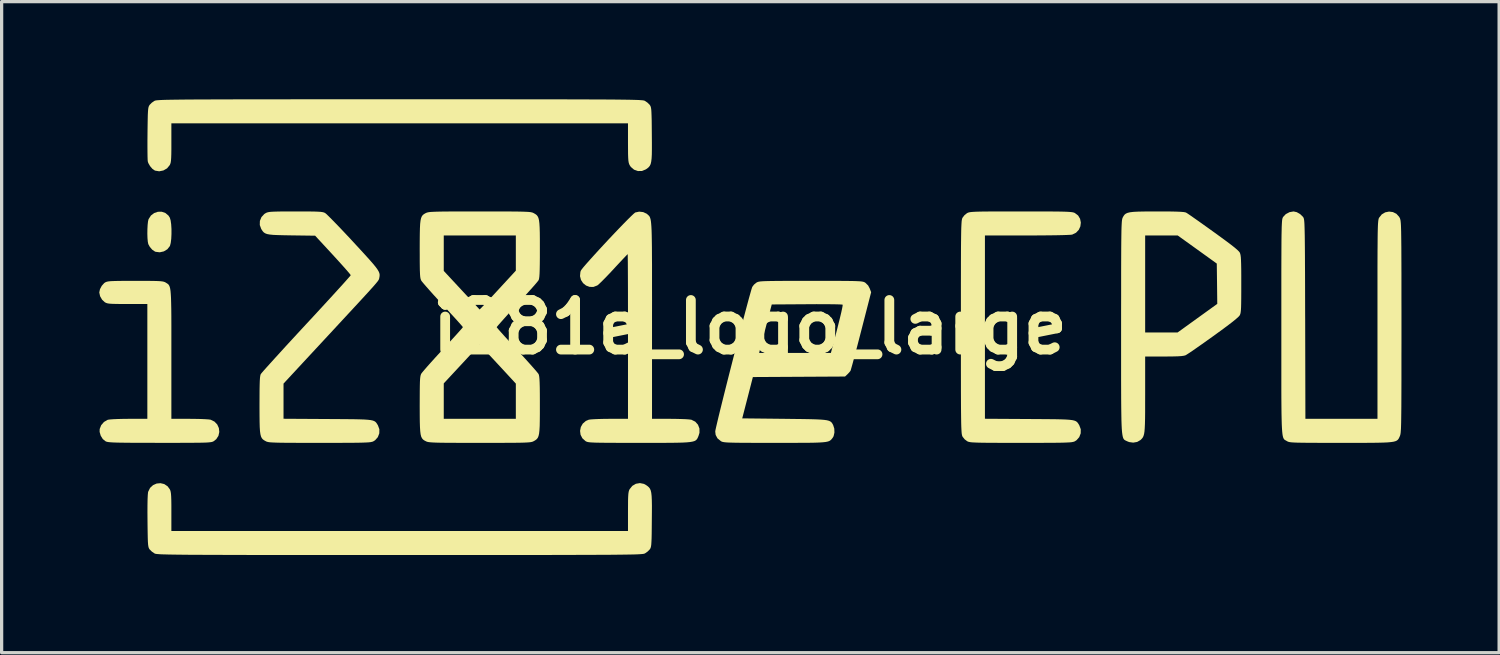
<source format=kicad_pcb>
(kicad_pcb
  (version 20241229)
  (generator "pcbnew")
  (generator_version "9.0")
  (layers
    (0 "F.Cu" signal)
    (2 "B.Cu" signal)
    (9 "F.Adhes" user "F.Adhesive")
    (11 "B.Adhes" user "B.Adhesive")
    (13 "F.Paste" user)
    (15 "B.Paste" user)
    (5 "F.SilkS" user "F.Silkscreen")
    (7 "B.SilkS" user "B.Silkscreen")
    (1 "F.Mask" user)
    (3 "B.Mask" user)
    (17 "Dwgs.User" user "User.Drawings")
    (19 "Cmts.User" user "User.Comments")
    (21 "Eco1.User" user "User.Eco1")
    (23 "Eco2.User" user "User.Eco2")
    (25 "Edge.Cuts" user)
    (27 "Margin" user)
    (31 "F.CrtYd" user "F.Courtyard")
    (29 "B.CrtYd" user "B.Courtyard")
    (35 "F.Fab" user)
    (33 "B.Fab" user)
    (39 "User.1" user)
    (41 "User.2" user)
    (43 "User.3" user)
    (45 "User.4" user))
  (footprint "i281e_logo_large"
    (layer "F.Cu")
    (at 19.986 6.999)
    (property "Reference" "i281e_logo_large" (at 0 0 0) (layer "F.SilkS") (effects (font (size 1.524 1.524) (thickness 0.3))))
    (attr board_only exclude_from_pos_files exclude_from_bom)
    (fp_poly (pts (xy -17.955 -3.506) (xy -17.862 -3.428) (xy -17.82 -3.363) (xy -17.795 -3.28) (xy -17.778 -3.159) (xy -17.769 -3.014) (xy -17.769 -2.86) (xy -17.776 -2.712) (xy -17.792 -2.586) (xy -17.815 -2.497) (xy -17.82 -2.488) (xy -17.896 -2.392) (xy -18.004 -2.327) (xy -18.129 -2.299) (xy -18.254 -2.314) (xy -18.278 -2.323) (xy -18.359 -2.378) (xy -18.434 -2.465) (xy -18.481 -2.551) (xy -18.496 -2.625) (xy -18.506 -2.736) (xy -18.51 -2.87) (xy -18.508 -3.01) (xy -18.501 -3.142) (xy -18.489 -3.25) (xy -18.473 -3.316) (xy -18.4 -3.429) (xy -18.3 -3.505) (xy -18.186 -3.544) (xy -18.067 -3.545)) (stroke (width 0) (type solid)) (fill yes) (layer "F.SilkS"))
    (fp_poly (pts (xy -18.64 -1.421) (xy -18.45 -1.421) (xy -18.302 -1.419) (xy -18.19 -1.416) (xy -18.107 -1.411) (xy -18.047 -1.404) (xy -18.004 -1.395) (xy -17.971 -1.383) (xy -17.943 -1.368) (xy -17.941 -1.366) (xy -17.91 -1.347) (xy -17.883 -1.329) (xy -17.859 -1.307) (xy -17.84 -1.278) (xy -17.823 -1.238) (xy -17.809 -1.184) (xy -17.798 -1.111) (xy -17.79 -1.016) (xy -17.783 -0.895) (xy -17.779 -0.744) (xy -17.775 -0.56) (xy -17.773 -0.339) (xy -17.772 -0.077) (xy -17.772 0.23) (xy -17.772 0.585) (xy -17.772 0.847) (xy -17.772 2.816) (xy -17.218 2.816) (xy -17.043 2.818) (xy -16.881 2.821) (xy -16.741 2.827) (xy -16.635 2.834) (xy -16.572 2.842) (xy -16.567 2.843) (xy -16.448 2.901) (xy -16.363 2.99) (xy -16.313 3.1) (xy -16.3 3.22) (xy -16.326 3.337) (xy -16.393 3.441) (xy -16.468 3.501) (xy -16.488 3.512) (xy -16.512 3.522) (xy -16.544 3.53) (xy -16.589 3.536) (xy -16.65 3.542) (xy -16.732 3.546) (xy -16.841 3.549) (xy -16.979 3.551) (xy -17.151 3.552) (xy -17.363 3.553) (xy -17.618 3.554) (xy -17.92 3.554) (xy -18.127 3.554) (xy -18.463 3.553) (xy -18.749 3.553) (xy -18.989 3.552) (xy -19.187 3.55) (xy -19.348 3.548) (xy -19.476 3.545) (xy -19.576 3.541) (xy -19.651 3.536) (xy -19.707 3.53) (xy -19.747 3.523) (xy -19.776 3.514) (xy -19.792 3.507) (xy -19.878 3.438) (xy -19.942 3.335) (xy -19.976 3.218) (xy -19.974 3.129) (xy -19.928 3.012) (xy -19.843 2.913) (xy -19.736 2.85) (xy -19.718 2.844) (xy -19.66 2.836) (xy -19.557 2.828) (xy -19.421 2.822) (xy -19.26 2.818) (xy -19.085 2.816) (xy -19.064 2.816) (xy -18.51 2.816) (xy -18.51 -0.711) (xy -19.118 -0.711) (xy -19.318 -0.711) (xy -19.471 -0.713) (xy -19.584 -0.716) (xy -19.666 -0.721) (xy -19.725 -0.729) (xy -19.767 -0.741) (xy -19.802 -0.757) (xy -19.817 -0.766) (xy -19.901 -0.844) (xy -19.962 -0.951) (xy -19.986 -1.064) (xy -19.986 -1.068) (xy -19.965 -1.167) (xy -19.911 -1.269) (xy -19.837 -1.352) (xy -19.811 -1.37) (xy -19.784 -1.385) (xy -19.75 -1.396) (xy -19.705 -1.405) (xy -19.641 -1.412) (xy -19.553 -1.416) (xy -19.434 -1.419) (xy -19.278 -1.421) (xy -19.078 -1.421) (xy -18.879 -1.422)) (stroke (width 0) (type solid)) (fill yes) (layer "F.SilkS"))
    (fp_poly (pts (xy -3.255 4.815) (xy -3.196 4.847) (xy -3.145 4.883) (xy -3.104 4.919) (xy -3.072 4.961) (xy -3.048 5.016) (xy -3.031 5.09) (xy -3.02 5.189) (xy -3.014 5.318) (xy -3.011 5.484) (xy -3.012 5.694) (xy -3.014 5.924) (xy -3.016 6.159) (xy -3.018 6.346) (xy -3.021 6.49) (xy -3.026 6.599) (xy -3.031 6.678) (xy -3.039 6.734) (xy -3.049 6.773) (xy -3.061 6.802) (xy -3.077 6.826) (xy -3.078 6.827) (xy -3.143 6.893) (xy -3.223 6.949) (xy -3.228 6.951) (xy -3.24 6.956) (xy -3.256 6.961) (xy -3.279 6.965) (xy -3.31 6.969) (xy -3.352 6.972) (xy -3.406 6.976) (xy -3.474 6.979) (xy -3.558 6.982) (xy -3.661 6.984) (xy -3.784 6.986) (xy -3.929 6.988) (xy -4.097 6.99) (xy -4.292 6.992) (xy -4.514 6.993) (xy -4.766 6.994) (xy -5.05 6.995) (xy -5.367 6.996) (xy -5.72 6.997) (xy -6.11 6.998) (xy -6.54 6.998) (xy -7.011 6.998) (xy -7.525 6.999) (xy -8.085 6.999) (xy -8.691 6.999) (xy -9.347 6.999) (xy -10.053 6.999) (xy -10.759 6.999) (xy -11.514 6.999) (xy -12.217 6.999) (xy -12.869 6.999) (xy -13.473 6.999) (xy -14.029 6.999) (xy -14.54 6.998) (xy -15.008 6.998) (xy -15.435 6.998) (xy -15.823 6.997) (xy -16.173 6.996) (xy -16.488 6.995) (xy -16.769 6.994) (xy -17.019 6.993) (xy -17.24 6.992) (xy -17.433 6.99) (xy -17.6 6.988) (xy -17.743 6.986) (xy -17.864 6.984) (xy -17.965 6.981) (xy -18.049 6.979) (xy -18.116 6.976) (xy -18.169 6.972) (xy -18.21 6.969) (xy -18.241 6.965) (xy -18.263 6.961) (xy -18.279 6.956) (xy -18.289 6.951) (xy -18.369 6.897) (xy -18.436 6.831) (xy -18.44 6.827) (xy -18.456 6.802) (xy -18.469 6.773) (xy -18.479 6.733) (xy -18.487 6.676) (xy -18.493 6.595) (xy -18.497 6.484) (xy -18.5 6.337) (xy -18.503 6.147) (xy -18.505 5.952) (xy -18.507 5.693) (xy -18.506 5.472) (xy -18.503 5.294) (xy -18.497 5.161) (xy -18.489 5.077) (xy -18.485 5.057) (xy -18.426 4.937) (xy -18.335 4.853) (xy -18.225 4.804) (xy -18.107 4.793) (xy -17.991 4.82) (xy -17.889 4.888) (xy -17.822 4.978) (xy -17.805 5.014) (xy -17.793 5.059) (xy -17.784 5.119) (xy -17.778 5.203) (xy -17.774 5.318) (xy -17.772 5.472) (xy -17.772 5.666) (xy -17.772 6.261) (xy -3.746 6.261) (xy -3.746 5.666) (xy -3.745 5.466) (xy -3.744 5.313) (xy -3.74 5.199) (xy -3.734 5.117) (xy -3.725 5.057) (xy -3.712 5.013) (xy -3.696 4.978) (xy -3.613 4.875) (xy -3.503 4.811) (xy -3.38 4.79)) (stroke (width 0) (type solid)) (fill yes) (layer "F.SilkS"))
    (fp_poly (pts (xy -10.003 -6.999) (xy -9.3 -6.999) (xy -8.648 -6.999) (xy -8.045 -6.999) (xy -7.489 -6.999) (xy -6.978 -6.998) (xy -6.51 -6.998) (xy -6.083 -6.998) (xy -5.695 -6.997) (xy -5.345 -6.996) (xy -5.03 -6.995) (xy -4.748 -6.994) (xy -4.498 -6.993) (xy -4.278 -6.992) (xy -4.085 -6.99) (xy -3.918 -6.988) (xy -3.775 -6.986) (xy -3.653 -6.984) (xy -3.552 -6.981) (xy -3.469 -6.979) (xy -3.401 -6.976) (xy -3.348 -6.972) (xy -3.307 -6.969) (xy -3.277 -6.965) (xy -3.255 -6.961) (xy -3.239 -6.956) (xy -3.228 -6.951) (xy -3.148 -6.897) (xy -3.081 -6.831) (xy -3.078 -6.827) (xy -3.062 -6.802) (xy -3.049 -6.774) (xy -3.039 -6.735) (xy -3.031 -6.679) (xy -3.026 -6.6) (xy -3.022 -6.492) (xy -3.018 -6.349) (xy -3.016 -6.163) (xy -3.014 -5.929) (xy -3.014 -5.924) (xy -3.012 -5.671) (xy -3.012 -5.466) (xy -3.014 -5.304) (xy -3.021 -5.178) (xy -3.033 -5.082) (xy -3.05 -5.01) (xy -3.075 -4.957) (xy -3.108 -4.915) (xy -3.15 -4.879) (xy -3.196 -4.847) (xy -3.316 -4.797) (xy -3.441 -4.795) (xy -3.56 -4.837) (xy -3.658 -4.921) (xy -3.696 -4.978) (xy -3.712 -5.014) (xy -3.725 -5.059) (xy -3.734 -5.119) (xy -3.74 -5.203) (xy -3.744 -5.318) (xy -3.745 -5.472) (xy -3.746 -5.666) (xy -3.746 -6.261) (xy -17.772 -6.261) (xy -17.772 -5.666) (xy -17.772 -5.466) (xy -17.774 -5.313) (xy -17.778 -5.199) (xy -17.784 -5.117) (xy -17.793 -5.057) (xy -17.806 -5.013) (xy -17.822 -4.978) (xy -17.904 -4.878) (xy -18.017 -4.813) (xy -18.145 -4.787) (xy -18.272 -4.808) (xy -18.28 -4.811) (xy -18.355 -4.863) (xy -18.427 -4.947) (xy -18.481 -5.041) (xy -18.497 -5.093) (xy -18.501 -5.143) (xy -18.504 -5.239) (xy -18.506 -5.375) (xy -18.507 -5.541) (xy -18.507 -5.73) (xy -18.505 -5.935) (xy -18.505 -5.965) (xy -18.502 -6.194) (xy -18.499 -6.374) (xy -18.496 -6.513) (xy -18.491 -6.616) (xy -18.485 -6.691) (xy -18.477 -6.743) (xy -18.466 -6.78) (xy -18.452 -6.808) (xy -18.44 -6.827) (xy -18.375 -6.893) (xy -18.295 -6.949) (xy -18.289 -6.951) (xy -18.278 -6.956) (xy -18.262 -6.961) (xy -18.239 -6.965) (xy -18.208 -6.969) (xy -18.166 -6.972) (xy -18.112 -6.976) (xy -18.044 -6.979) (xy -17.959 -6.982) (xy -17.856 -6.984) (xy -17.734 -6.986) (xy -17.589 -6.988) (xy -17.42 -6.99) (xy -17.226 -6.992) (xy -17.003 -6.993) (xy -16.751 -6.994) (xy -16.468 -6.995) (xy -16.15 -6.996) (xy -15.797 -6.997) (xy -15.407 -6.998) (xy -14.977 -6.998) (xy -14.506 -6.998) (xy -13.992 -6.999) (xy -13.433 -6.999) (xy -12.826 -6.999) (xy -12.171 -6.999) (xy -11.465 -6.999) (xy -10.759 -6.999)) (stroke (width 0) (type solid)) (fill yes) (layer "F.SilkS"))
    (fp_poly (pts (xy -3.279 -3.534) (xy -3.173 -3.485) (xy -3.152 -3.468) (xy -3.13 -3.448) (xy -3.11 -3.43) (xy -3.092 -3.41) (xy -3.077 -3.385) (xy -3.064 -3.352) (xy -3.052 -3.309) (xy -3.042 -3.252) (xy -3.034 -3.178) (xy -3.027 -3.084) (xy -3.021 -2.966) (xy -3.017 -2.823) (xy -3.014 -2.651) (xy -3.011 -2.446) (xy -3.01 -2.206) (xy -3.008 -1.927) (xy -3.008 -1.607) (xy -3.008 -1.243) (xy -3.007 -0.831) (xy -3.008 -0.368) (xy -3.008 -0.206) (xy -3.008 2.816) (xy -2.454 2.816) (xy -2.278 2.818) (xy -2.115 2.822) (xy -1.975 2.827) (xy -1.868 2.835) (xy -1.804 2.843) (xy -1.799 2.844) (xy -1.68 2.903) (xy -1.596 2.997) (xy -1.551 3.114) (xy -1.55 3.246) (xy -1.58 3.342) (xy -1.598 3.385) (xy -1.616 3.422) (xy -1.638 3.453) (xy -1.667 3.479) (xy -1.708 3.5) (xy -1.765 3.516) (xy -1.842 3.529) (xy -1.944 3.539) (xy -2.074 3.546) (xy -2.237 3.55) (xy -2.436 3.553) (xy -2.677 3.554) (xy -2.963 3.554) (xy -3.299 3.554) (xy -3.394 3.554) (xy -3.727 3.554) (xy -4.01 3.554) (xy -4.246 3.553) (xy -4.441 3.552) (xy -4.599 3.55) (xy -4.725 3.548) (xy -4.822 3.544) (xy -4.895 3.54) (xy -4.949 3.534) (xy -4.988 3.527) (xy -5.016 3.518) (xy -5.038 3.508) (xy -5.05 3.501) (xy -5.147 3.414) (xy -5.203 3.305) (xy -5.218 3.186) (xy -5.195 3.068) (xy -5.135 2.963) (xy -5.04 2.881) (xy -4.95 2.843) (xy -4.893 2.835) (xy -4.792 2.828) (xy -4.656 2.822) (xy -4.496 2.818) (xy -4.322 2.816) (xy -4.299 2.816) (xy -3.746 2.816) (xy -3.746 0.287) (xy -3.746 -0.08) (xy -3.746 -0.43) (xy -3.747 -0.761) (xy -3.747 -1.069) (xy -3.748 -1.349) (xy -3.749 -1.598) (xy -3.75 -1.812) (xy -3.751 -1.987) (xy -3.753 -2.119) (xy -3.754 -2.205) (xy -3.755 -2.241) (xy -3.756 -2.242) (xy -3.776 -2.223) (xy -3.828 -2.169) (xy -3.907 -2.086) (xy -4.006 -1.98) (xy -4.121 -1.857) (xy -4.185 -1.787) (xy -4.311 -1.652) (xy -4.429 -1.529) (xy -4.534 -1.423) (xy -4.617 -1.342) (xy -4.674 -1.292) (xy -4.688 -1.281) (xy -4.808 -1.235) (xy -4.926 -1.237) (xy -5.034 -1.278) (xy -5.125 -1.351) (xy -5.19 -1.45) (xy -5.22 -1.567) (xy -5.208 -1.695) (xy -5.196 -1.732) (xy -5.17 -1.772) (xy -5.111 -1.846) (xy -5.023 -1.948) (xy -4.911 -2.074) (xy -4.781 -2.218) (xy -4.638 -2.375) (xy -4.485 -2.54) (xy -4.329 -2.708) (xy -4.173 -2.873) (xy -4.023 -3.03) (xy -3.884 -3.174) (xy -3.76 -3.3) (xy -3.656 -3.403) (xy -3.578 -3.477) (xy -3.529 -3.518) (xy -3.52 -3.523) (xy -3.402 -3.548)) (stroke (width 0) (type solid)) (fill yes) (layer "F.SilkS"))
    (fp_poly (pts (xy 8.659 -3.554) (xy 8.942 -3.554) (xy 9.179 -3.553) (xy 9.375 -3.552) (xy 9.534 -3.55) (xy 9.661 -3.547) (xy 9.759 -3.543) (xy 9.833 -3.538) (xy 9.888 -3.532) (xy 9.928 -3.525) (xy 9.958 -3.516) (xy 9.98 -3.506) (xy 10.08 -3.43) (xy 10.141 -3.328) (xy 10.164 -3.213) (xy 10.15 -3.096) (xy 10.1 -2.988) (xy 10.016 -2.9) (xy 9.899 -2.843) (xy 9.849 -2.837) (xy 9.749 -2.832) (xy 9.603 -2.827) (xy 9.416 -2.823) (xy 9.192 -2.82) (xy 8.935 -2.818) (xy 8.649 -2.816) (xy 8.51 -2.816) (xy 7.218 -2.816) (xy 7.218 2.814) (xy 8.566 2.822) (xy 8.883 2.824) (xy 9.149 2.826) (xy 9.371 2.828) (xy 9.551 2.832) (xy 9.696 2.837) (xy 9.809 2.845) (xy 9.896 2.855) (xy 9.96 2.869) (xy 10.007 2.887) (xy 10.042 2.91) (xy 10.068 2.938) (xy 10.091 2.972) (xy 10.115 3.012) (xy 10.117 3.016) (xy 10.162 3.136) (xy 10.16 3.262) (xy 10.115 3.379) (xy 10.032 3.473) (xy 9.98 3.506) (xy 9.956 3.517) (xy 9.925 3.525) (xy 9.884 3.533) (xy 9.827 3.539) (xy 9.751 3.543) (xy 9.65 3.547) (xy 9.521 3.55) (xy 9.358 3.552) (xy 9.159 3.553) (xy 8.917 3.554) (xy 8.629 3.554) (xy 8.325 3.554) (xy 7.992 3.554) (xy 7.71 3.554) (xy 7.473 3.553) (xy 7.278 3.552) (xy 7.12 3.55) (xy 6.994 3.547) (xy 6.897 3.543) (xy 6.823 3.539) (xy 6.769 3.533) (xy 6.729 3.525) (xy 6.7 3.517) (xy 6.677 3.506) (xy 6.673 3.504) (xy 6.595 3.445) (xy 6.533 3.367) (xy 6.53 3.361) (xy 6.522 3.345) (xy 6.516 3.325) (xy 6.51 3.298) (xy 6.504 3.26) (xy 6.5 3.209) (xy 6.496 3.142) (xy 6.492 3.056) (xy 6.489 2.948) (xy 6.487 2.815) (xy 6.485 2.654) (xy 6.483 2.462) (xy 6.482 2.235) (xy 6.481 1.973) (xy 6.481 1.67) (xy 6.48 1.324) (xy 6.48 0.933) (xy 6.48 0.493) (xy 6.48 0.001) (xy 6.48 0) (xy 6.48 -0.492) (xy 6.48 -0.932) (xy 6.48 -1.324) (xy 6.481 -1.669) (xy 6.481 -1.972) (xy 6.482 -2.235) (xy 6.483 -2.461) (xy 6.485 -2.653) (xy 6.487 -2.815) (xy 6.489 -2.948) (xy 6.492 -3.056) (xy 6.496 -3.142) (xy 6.5 -3.209) (xy 6.504 -3.26) (xy 6.51 -3.298) (xy 6.516 -3.325) (xy 6.522 -3.345) (xy 6.53 -3.361) (xy 6.53 -3.361) (xy 6.59 -3.439) (xy 6.667 -3.501) (xy 6.673 -3.504) (xy 6.696 -3.515) (xy 6.723 -3.524) (xy 6.761 -3.532) (xy 6.813 -3.538) (xy 6.883 -3.543) (xy 6.976 -3.547) (xy 7.096 -3.55) (xy 7.249 -3.552) (xy 7.437 -3.553) (xy 7.666 -3.554) (xy 7.94 -3.554) (xy 8.264 -3.554) (xy 8.325 -3.554)) (stroke (width 0) (type solid)) (fill yes) (layer "F.SilkS"))
    (fp_poly (pts (xy 12.759 -3.554) (xy 12.959 -3.552) (xy 13.115 -3.548) (xy 13.232 -3.543) (xy 13.316 -3.536) (xy 13.371 -3.527) (xy 13.399 -3.517) (xy 13.438 -3.493) (xy 13.515 -3.441) (xy 13.625 -3.364) (xy 13.762 -3.268) (xy 13.921 -3.155) (xy 14.096 -3.03) (xy 14.238 -2.928) (xy 14.459 -2.768) (xy 14.639 -2.636) (xy 14.781 -2.529) (xy 14.889 -2.444) (xy 14.967 -2.377) (xy 15.018 -2.327) (xy 15.046 -2.291) (xy 15.049 -2.284) (xy 15.061 -2.251) (xy 15.071 -2.206) (xy 15.079 -2.143) (xy 15.084 -2.055) (xy 15.088 -1.938) (xy 15.091 -1.784) (xy 15.092 -1.588) (xy 15.092 -1.343) (xy 15.092 -1.321) (xy 15.092 -1.077) (xy 15.091 -0.88) (xy 15.089 -0.727) (xy 15.086 -0.609) (xy 15.081 -0.522) (xy 15.074 -0.459) (xy 15.065 -0.413) (xy 15.053 -0.38) (xy 15.045 -0.363) (xy 15.008 -0.32) (xy 14.931 -0.251) (xy 14.813 -0.155) (xy 14.652 -0.032) (xy 14.447 0.119) (xy 14.231 0.276) (xy 14.047 0.407) (xy 13.874 0.53) (xy 13.718 0.639) (xy 13.584 0.732) (xy 13.478 0.803) (xy 13.406 0.849) (xy 13.378 0.865) (xy 13.329 0.878) (xy 13.252 0.889) (xy 13.141 0.896) (xy 12.99 0.9) (xy 12.792 0.902) (xy 12.715 0.902) (xy 12.14 0.902) (xy 12.14 2.065) (xy 12.139 2.362) (xy 12.139 2.609) (xy 12.137 2.811) (xy 12.133 2.974) (xy 12.127 3.103) (xy 12.119 3.203) (xy 12.107 3.28) (xy 12.091 3.337) (xy 12.072 3.381) (xy 12.047 3.416) (xy 12.017 3.448) (xy 11.994 3.469) (xy 11.895 3.526) (xy 11.773 3.547) (xy 11.648 3.53) (xy 11.593 3.508) (xy 11.564 3.495) (xy 11.539 3.483) (xy 11.517 3.471) (xy 11.497 3.456) (xy 11.479 3.434) (xy 11.464 3.402) (xy 11.451 3.358) (xy 11.44 3.299) (xy 11.43 3.222) (xy 11.422 3.123) (xy 11.416 3.001) (xy 11.411 2.853) (xy 11.408 2.674) (xy 11.405 2.463) (xy 11.403 2.217) (xy 11.402 1.932) (xy 11.401 1.607) (xy 11.401 1.237) (xy 11.401 0.82) (xy 11.401 0.354) (xy 11.401 0.164) (xy 12.14 0.164) (xy 12.638 0.163) (xy 13.137 0.163) (xy 13.746 -0.276) (xy 14.355 -0.715) (xy 14.348 -1.334) (xy 14.34 -1.953) (xy 13.74 -2.385) (xy 13.14 -2.816) (xy 12.14 -2.816) (xy 12.14 0.164) (xy 11.401 0.164) (xy 11.401 0) (xy 11.401 -0.493) (xy 11.402 -0.934) (xy 11.402 -1.326) (xy 11.402 -1.672) (xy 11.403 -1.976) (xy 11.404 -2.239) (xy 11.405 -2.466) (xy 11.407 -2.659) (xy 11.409 -2.82) (xy 11.411 -2.954) (xy 11.414 -3.062) (xy 11.418 -3.149) (xy 11.422 -3.216) (xy 11.426 -3.267) (xy 11.432 -3.305) (xy 11.438 -3.332) (xy 11.444 -3.352) (xy 11.449 -3.363) (xy 11.477 -3.414) (xy 11.507 -3.455) (xy 11.547 -3.487) (xy 11.601 -3.511) (xy 11.676 -3.529) (xy 11.777 -3.541) (xy 11.911 -3.548) (xy 12.083 -3.552) (xy 12.299 -3.554) (xy 12.509 -3.554)) (stroke (width 0) (type solid)) (fill yes) (layer "F.SilkS"))
    (fp_poly (pts (xy 2.204 -1.422) (xy 2.487 -1.421) (xy 2.725 -1.421) (xy 2.922 -1.42) (xy 3.081 -1.418) (xy 3.207 -1.416) (xy 3.306 -1.412) (xy 3.38 -1.408) (xy 3.434 -1.402) (xy 3.474 -1.395) (xy 3.503 -1.386) (xy 3.525 -1.376) (xy 3.542 -1.366) (xy 3.63 -1.281) (xy 3.678 -1.191) (xy 3.723 -1.073) (xy 3.418 0.112) (xy 3.354 0.359) (xy 3.294 0.59) (xy 3.238 0.8) (xy 3.19 0.983) (xy 3.149 1.135) (xy 3.117 1.248) (xy 3.097 1.318) (xy 3.09 1.339) (xy 3.055 1.385) (xy 3 1.443) (xy 2.994 1.449) (xy 2.921 1.517) (xy 0.09 1.533) (xy -0.073 2.167) (xy -0.237 2.802) (xy 1.05 2.816) (xy 1.364 2.82) (xy 1.628 2.823) (xy 1.847 2.827) (xy 2.025 2.832) (xy 2.167 2.839) (xy 2.278 2.848) (xy 2.362 2.86) (xy 2.424 2.876) (xy 2.468 2.896) (xy 2.5 2.92) (xy 2.524 2.95) (xy 2.545 2.986) (xy 2.556 3.007) (xy 2.591 3.117) (xy 2.595 3.239) (xy 2.57 3.349) (xy 2.54 3.401) (xy 2.515 3.432) (xy 2.492 3.459) (xy 2.464 3.482) (xy 2.43 3.501) (xy 2.383 3.516) (xy 2.32 3.528) (xy 2.236 3.537) (xy 2.127 3.544) (xy 1.989 3.549) (xy 1.817 3.552) (xy 1.608 3.553) (xy 1.356 3.554) (xy 1.057 3.554) (xy 0.76 3.554) (xy 0.427 3.554) (xy 0.145 3.554) (xy -0.092 3.553) (xy -0.287 3.552) (xy -0.445 3.55) (xy -0.57 3.547) (xy -0.668 3.544) (xy -0.741 3.539) (xy -0.795 3.533) (xy -0.833 3.526) (xy -0.861 3.518) (xy -0.883 3.507) (xy -0.892 3.502) (xy -0.997 3.416) (xy -1.053 3.312) (xy -1.066 3.208) (xy -1.06 3.165) (xy -1.04 3.074) (xy -1.009 2.94) (xy -0.968 2.767) (xy -0.918 2.562) (xy -0.86 2.328) (xy -0.796 2.071) (xy -0.727 1.796) (xy -0.654 1.507) (xy -0.578 1.209) (xy -0.501 0.908) (xy -0.472 0.793) (xy 0.282 0.793) (xy 2.486 0.793) (xy 2.514 0.689) (xy 2.587 0.414) (xy 2.654 0.159) (xy 2.712 -0.071) (xy 2.762 -0.272) (xy 2.802 -0.439) (xy 2.83 -0.567) (xy 2.846 -0.652) (xy 2.848 -0.689) (xy 2.848 -0.69) (xy 2.816 -0.695) (xy 2.737 -0.699) (xy 2.614 -0.702) (xy 2.455 -0.704) (xy 2.265 -0.705) (xy 2.05 -0.706) (xy 1.816 -0.705) (xy 1.748 -0.704) (xy 0.67 -0.697) (xy 0.605 -0.451) (xy 0.576 -0.342) (xy 0.538 -0.194) (xy 0.493 -0.022) (xy 0.446 0.159) (xy 0.411 0.294) (xy 0.282 0.793) (xy -0.472 0.793) (xy -0.424 0.608) (xy -0.348 0.314) (xy -0.274 0.032) (xy -0.205 -0.235) (xy -0.14 -0.481) (xy -0.081 -0.701) (xy -0.03 -0.89) (xy 0.013 -1.043) (xy 0.045 -1.156) (xy 0.067 -1.224) (xy 0.073 -1.238) (xy 0.124 -1.306) (xy 0.195 -1.365) (xy 0.2 -1.368) (xy 0.22 -1.379) (xy 0.244 -1.389) (xy 0.276 -1.397) (xy 0.32 -1.404) (xy 0.382 -1.409) (xy 0.464 -1.413) (xy 0.572 -1.416) (xy 0.71 -1.418) (xy 0.882 -1.42) (xy 1.093 -1.421) (xy 1.347 -1.421) (xy 1.649 -1.422) (xy 1.87 -1.422)) (stroke (width 0) (type solid)) (fill yes) (layer "F.SilkS"))
    (fp_poly (pts (xy 16.797 -3.532) (xy 16.899 -3.474) (xy 16.983 -3.393) (xy 16.998 -3.372) (xy 17.006 -3.358) (xy 17.012 -3.34) (xy 17.019 -3.313) (xy 17.024 -3.275) (xy 17.029 -3.223) (xy 17.033 -3.154) (xy 17.036 -3.064) (xy 17.039 -2.951) (xy 17.042 -2.812) (xy 17.044 -2.644) (xy 17.046 -2.443) (xy 17.048 -2.206) (xy 17.049 -1.931) (xy 17.051 -1.615) (xy 17.052 -1.253) (xy 17.053 -0.845) (xy 17.054 -0.385) (xy 17.055 -0.24) (xy 17.062 2.816) (xy 19.276 2.816) (xy 19.276 -0.226) (xy 19.276 -0.7) (xy 19.276 -1.122) (xy 19.276 -1.496) (xy 19.276 -1.824) (xy 19.277 -2.11) (xy 19.278 -2.356) (xy 19.28 -2.566) (xy 19.281 -2.744) (xy 19.283 -2.891) (xy 19.286 -3.011) (xy 19.289 -3.107) (xy 19.293 -3.183) (xy 19.298 -3.241) (xy 19.303 -3.284) (xy 19.309 -3.315) (xy 19.315 -3.338) (xy 19.323 -3.356) (xy 19.326 -3.361) (xy 19.407 -3.463) (xy 19.513 -3.526) (xy 19.631 -3.55) (xy 19.75 -3.535) (xy 19.857 -3.482) (xy 19.941 -3.39) (xy 19.962 -3.351) (xy 19.97 -3.333) (xy 19.976 -3.31) (xy 19.983 -3.281) (xy 19.988 -3.242) (xy 19.993 -3.19) (xy 19.997 -3.122) (xy 20 -3.036) (xy 20.003 -2.928) (xy 20.005 -2.794) (xy 20.007 -2.634) (xy 20.009 -2.442) (xy 20.01 -2.217) (xy 20.011 -1.954) (xy 20.012 -1.652) (xy 20.012 -1.308) (xy 20.012 -0.917) (xy 20.013 -0.478) (xy 20.013 0) (xy 20.013 0.49) (xy 20.012 0.928) (xy 20.012 1.317) (xy 20.012 1.661) (xy 20.011 1.961) (xy 20.01 2.223) (xy 20.009 2.447) (xy 20.007 2.638) (xy 20.005 2.798) (xy 20.003 2.931) (xy 20 3.038) (xy 19.997 3.124) (xy 19.992 3.191) (xy 19.988 3.243) (xy 19.982 3.282) (xy 19.976 3.311) (xy 19.969 3.333) (xy 19.962 3.351) (xy 19.943 3.393) (xy 19.925 3.428) (xy 19.903 3.457) (xy 19.873 3.482) (xy 19.831 3.502) (xy 19.773 3.518) (xy 19.694 3.53) (xy 19.59 3.54) (xy 19.458 3.546) (xy 19.292 3.55) (xy 19.089 3.553) (xy 18.845 3.554) (xy 18.555 3.554) (xy 18.216 3.554) (xy 18.15 3.554) (xy 17.818 3.554) (xy 17.535 3.554) (xy 17.299 3.553) (xy 17.104 3.552) (xy 16.945 3.55) (xy 16.82 3.548) (xy 16.723 3.544) (xy 16.65 3.54) (xy 16.596 3.534) (xy 16.557 3.527) (xy 16.529 3.518) (xy 16.507 3.508) (xy 16.495 3.501) (xy 16.47 3.486) (xy 16.447 3.474) (xy 16.426 3.461) (xy 16.408 3.444) (xy 16.393 3.421) (xy 16.379 3.388) (xy 16.367 3.342) (xy 16.357 3.281) (xy 16.349 3.203) (xy 16.342 3.102) (xy 16.336 2.978) (xy 16.332 2.828) (xy 16.328 2.647) (xy 16.326 2.433) (xy 16.324 2.185) (xy 16.323 1.897) (xy 16.323 1.568) (xy 16.323 1.195) (xy 16.323 0.775) (xy 16.323 0.305) (xy 16.323 -0.005) (xy 16.323 -0.498) (xy 16.323 -0.939) (xy 16.323 -1.331) (xy 16.323 -1.678) (xy 16.324 -1.981) (xy 16.325 -2.245) (xy 16.326 -2.472) (xy 16.327 -2.664) (xy 16.329 -2.826) (xy 16.332 -2.96) (xy 16.334 -3.068) (xy 16.338 -3.155) (xy 16.342 -3.222) (xy 16.346 -3.273) (xy 16.351 -3.311) (xy 16.357 -3.338) (xy 16.364 -3.358) (xy 16.372 -3.374) (xy 16.378 -3.385) (xy 16.46 -3.472) (xy 16.574 -3.532) (xy 16.698 -3.554)) (stroke (width 0) (type solid)) (fill yes) (layer "F.SilkS"))
    (fp_poly (pts (xy -13.721 -3.554) (xy -13.532 -3.553) (xy -13.385 -3.551) (xy -13.274 -3.547) (xy -13.192 -3.542) (xy -13.133 -3.534) (xy -13.091 -3.524) (xy -13.06 -3.511) (xy -13.051 -3.507) (xy -13.014 -3.477) (xy -12.945 -3.411) (xy -12.847 -3.313) (xy -12.726 -3.189) (xy -12.585 -3.043) (xy -12.43 -2.879) (xy -12.263 -2.701) (xy -12.184 -2.615) (xy -11.985 -2.4) (xy -11.821 -2.221) (xy -11.688 -2.074) (xy -11.583 -1.954) (xy -11.503 -1.857) (xy -11.445 -1.778) (xy -11.407 -1.715) (xy -11.384 -1.662) (xy -11.375 -1.615) (xy -11.376 -1.57) (xy -11.384 -1.522) (xy -11.387 -1.504) (xy -11.391 -1.489) (xy -11.395 -1.475) (xy -11.402 -1.458) (xy -11.414 -1.438) (xy -11.433 -1.41) (xy -11.463 -1.373) (xy -11.504 -1.324) (xy -11.559 -1.26) (xy -11.631 -1.18) (xy -11.721 -1.08) (xy -11.832 -0.959) (xy -11.966 -0.813) (xy -12.125 -0.641) (xy -12.312 -0.439) (xy -12.528 -0.206) (xy -12.776 0.062) (xy -13.058 0.366) (xy -13.174 0.491) (xy -14.327 1.734) (xy -14.327 2.814) (xy -12.979 2.822) (xy -12.662 2.824) (xy -12.396 2.826) (xy -12.174 2.828) (xy -11.994 2.832) (xy -11.849 2.837) (xy -11.736 2.845) (xy -11.649 2.855) (xy -11.585 2.869) (xy -11.538 2.887) (xy -11.503 2.91) (xy -11.477 2.938) (xy -11.454 2.972) (xy -11.43 3.012) (xy -11.427 3.016) (xy -11.383 3.136) (xy -11.385 3.262) (xy -11.43 3.379) (xy -11.513 3.473) (xy -11.565 3.506) (xy -11.589 3.517) (xy -11.62 3.525) (xy -11.661 3.533) (xy -11.718 3.539) (xy -11.794 3.543) (xy -11.895 3.547) (xy -12.024 3.55) (xy -12.186 3.552) (xy -12.386 3.553) (xy -12.628 3.554) (xy -12.916 3.554) (xy -13.22 3.554) (xy -13.553 3.554) (xy -13.835 3.554) (xy -14.072 3.553) (xy -14.267 3.552) (xy -14.425 3.55) (xy -14.55 3.547) (xy -14.648 3.543) (xy -14.722 3.539) (xy -14.776 3.533) (xy -14.816 3.525) (xy -14.845 3.517) (xy -14.868 3.506) (xy -14.872 3.504) (xy -14.922 3.476) (xy -14.963 3.446) (xy -14.995 3.408) (xy -15.019 3.357) (xy -15.037 3.287) (xy -15.05 3.192) (xy -15.058 3.066) (xy -15.062 2.905) (xy -15.064 2.701) (xy -15.065 2.45) (xy -15.065 2.393) (xy -15.064 2.138) (xy -15.063 1.933) (xy -15.06 1.772) (xy -15.056 1.649) (xy -15.05 1.559) (xy -15.042 1.497) (xy -15.032 1.457) (xy -15.026 1.444) (xy -15.002 1.412) (xy -14.943 1.343) (xy -14.853 1.242) (xy -14.734 1.11) (xy -14.591 0.952) (xy -14.425 0.77) (xy -14.241 0.568) (xy -14.04 0.35) (xy -13.826 0.118) (xy -13.625 -0.099) (xy -13.403 -0.338) (xy -13.193 -0.566) (xy -12.997 -0.779) (xy -12.817 -0.975) (xy -12.658 -1.15) (xy -12.521 -1.3) (xy -12.411 -1.423) (xy -12.329 -1.516) (xy -12.278 -1.574) (xy -12.263 -1.596) (xy -12.28 -1.622) (xy -12.331 -1.684) (xy -12.41 -1.775) (xy -12.512 -1.89) (xy -12.633 -2.024) (xy -12.768 -2.172) (xy -12.809 -2.217) (xy -13.356 -2.809) (xy -14.082 -2.819) (xy -14.315 -2.823) (xy -14.5 -2.828) (xy -14.643 -2.834) (xy -14.752 -2.845) (xy -14.832 -2.86) (xy -14.89 -2.882) (xy -14.934 -2.911) (xy -14.969 -2.95) (xy -15.001 -2.999) (xy -15.012 -3.016) (xy -15.056 -3.137) (xy -15.053 -3.263) (xy -15.005 -3.38) (xy -14.918 -3.475) (xy -14.872 -3.504) (xy -14.841 -3.519) (xy -14.803 -3.53) (xy -14.753 -3.539) (xy -14.682 -3.545) (xy -14.586 -3.549) (xy -14.458 -3.552) (xy -14.291 -3.554) (xy -14.079 -3.554) (xy -13.958 -3.554)) (stroke (width 0) (type solid)) (fill yes) (layer "F.SilkS"))
    (fp_poly (pts (xy -7.965 -3.554) (xy -7.683 -3.554) (xy -7.446 -3.553) (xy -7.251 -3.552) (xy -7.093 -3.55) (xy -6.967 -3.547) (xy -6.87 -3.543) (xy -6.796 -3.539) (xy -6.741 -3.533) (xy -6.702 -3.525) (xy -6.673 -3.517) (xy -6.649 -3.506) (xy -6.646 -3.504) (xy -6.596 -3.476) (xy -6.555 -3.446) (xy -6.523 -3.408) (xy -6.498 -3.357) (xy -6.48 -3.287) (xy -6.468 -3.192) (xy -6.46 -3.066) (xy -6.455 -2.905) (xy -6.453 -2.701) (xy -6.453 -2.45) (xy -6.453 -2.393) (xy -6.453 -2.138) (xy -6.455 -1.933) (xy -6.458 -1.772) (xy -6.462 -1.649) (xy -6.468 -1.559) (xy -6.476 -1.497) (xy -6.486 -1.457) (xy -6.491 -1.444) (xy -6.519 -1.406) (xy -6.579 -1.334) (xy -6.667 -1.233) (xy -6.779 -1.108) (xy -6.909 -0.964) (xy -7.053 -0.806) (xy -7.154 -0.696) (xy -7.303 -0.535) (xy -7.439 -0.387) (xy -7.557 -0.256) (xy -7.655 -0.146) (xy -7.727 -0.064) (xy -7.769 -0.013) (xy -7.779 0.001) (xy -7.761 0.026) (xy -7.71 0.086) (xy -7.63 0.176) (xy -7.526 0.292) (xy -7.402 0.428) (xy -7.262 0.581) (xy -7.155 0.696) (xy -7.004 0.86) (xy -6.864 1.013) (xy -6.74 1.151) (xy -6.635 1.269) (xy -6.556 1.361) (xy -6.506 1.422) (xy -6.492 1.443) (xy -6.481 1.474) (xy -6.472 1.525) (xy -6.465 1.599) (xy -6.46 1.704) (xy -6.456 1.844) (xy -6.454 2.024) (xy -6.453 2.251) (xy -6.453 2.393) (xy -6.453 2.655) (xy -6.455 2.867) (xy -6.458 3.037) (xy -6.466 3.169) (xy -6.477 3.27) (xy -6.494 3.344) (xy -6.517 3.399) (xy -6.548 3.439) (xy -6.587 3.47) (xy -6.635 3.499) (xy -6.646 3.504) (xy -6.668 3.515) (xy -6.696 3.524) (xy -6.734 3.532) (xy -6.785 3.538) (xy -6.855 3.543) (xy -6.948 3.547) (xy -7.069 3.55) (xy -7.221 3.552) (xy -7.41 3.553) (xy -7.639 3.554) (xy -7.913 3.554) (xy -8.237 3.554) (xy -8.298 3.554) (xy -8.631 3.554) (xy -8.914 3.554) (xy -9.152 3.553) (xy -9.348 3.552) (xy -9.507 3.55) (xy -9.633 3.547) (xy -9.732 3.543) (xy -9.806 3.538) (xy -9.861 3.532) (xy -9.901 3.525) (xy -9.931 3.516) (xy -9.952 3.506) (xy -10.002 3.48) (xy -10.042 3.451) (xy -10.073 3.413) (xy -10.098 3.362) (xy -10.116 3.291) (xy -10.128 3.194) (xy -10.136 3.067) (xy -10.141 2.903) (xy -10.142 2.816) (xy -9.405 2.816) (xy -7.191 2.816) (xy -7.191 1.734) (xy -7.644 1.243) (xy -7.777 1.1) (xy -7.903 0.964) (xy -8.016 0.843) (xy -8.109 0.743) (xy -8.176 0.673) (xy -8.201 0.647) (xy -8.303 0.542) (xy -9.405 1.728) (xy -9.405 2.816) (xy -10.142 2.816) (xy -10.143 2.697) (xy -10.144 2.443) (xy -10.144 2.392) (xy -10.143 2.147) (xy -10.142 1.95) (xy -10.14 1.796) (xy -10.137 1.678) (xy -10.132 1.59) (xy -10.125 1.527) (xy -10.116 1.482) (xy -10.105 1.448) (xy -10.096 1.43) (xy -10.066 1.39) (xy -10.003 1.315) (xy -9.913 1.211) (xy -9.8 1.084) (xy -9.669 0.939) (xy -9.524 0.781) (xy -9.433 0.682) (xy -9.285 0.523) (xy -9.151 0.376) (xy -9.033 0.247) (xy -8.937 0.14) (xy -8.866 0.06) (xy -8.826 0.012) (xy -8.818 0) (xy -8.835 -0.024) (xy -8.886 -0.083) (xy -8.966 -0.173) (xy -9.07 -0.288) (xy -9.194 -0.423) (xy -9.333 -0.575) (xy -9.433 -0.682) (xy -9.583 -0.845) (xy -9.723 -0.998) (xy -9.847 -1.137) (xy -9.952 -1.256) (xy -10.032 -1.349) (xy -10.082 -1.41) (xy -10.096 -1.43) (xy -10.109 -1.459) (xy -10.12 -1.496) (xy -10.128 -1.547) (xy -10.134 -1.618) (xy -10.138 -1.716) (xy -10.139 -1.728) (xy -9.405 -1.728) (xy -8.303 -0.542) (xy -8.2 -0.647) (xy -8.152 -0.697) (xy -8.074 -0.78) (xy -7.972 -0.889) (xy -7.853 -1.017) (xy -7.724 -1.157) (xy -7.644 -1.244) (xy -7.191 -1.735) (xy -7.191 -2.816) (xy -9.405 -2.816) (xy -9.405 -1.728) (xy -10.139 -1.728) (xy -10.141 -1.846) (xy -10.143 -2.015) (xy -10.143 -2.228) (xy -10.144 -2.392) (xy -10.143 -2.655) (xy -10.141 -2.87) (xy -10.137 -3.041) (xy -10.13 -3.174) (xy -10.118 -3.276) (xy -10.101 -3.351) (xy -10.078 -3.405) (xy -10.048 -3.445) (xy -10.009 -3.475) (xy -9.962 -3.502) (xy -9.952 -3.506) (xy -9.928 -3.517) (xy -9.898 -3.525) (xy -9.857 -3.533) (xy -9.8 -3.539) (xy -9.723 -3.543) (xy -9.623 -3.547) (xy -9.493 -3.55) (xy -9.331 -3.552) (xy -9.131 -3.553) (xy -8.89 -3.554) (xy -8.602 -3.554) (xy -8.298 -3.554)) (stroke (width 0) (type solid)) (fill yes) (layer "F.SilkS")))
  (gr_rect
    (start -3 -3)
    (end 42.999 16.999)
    (stroke (width 0.1) (type default))
    (fill no)
    (layer "Edge.Cuts")))
</source>
